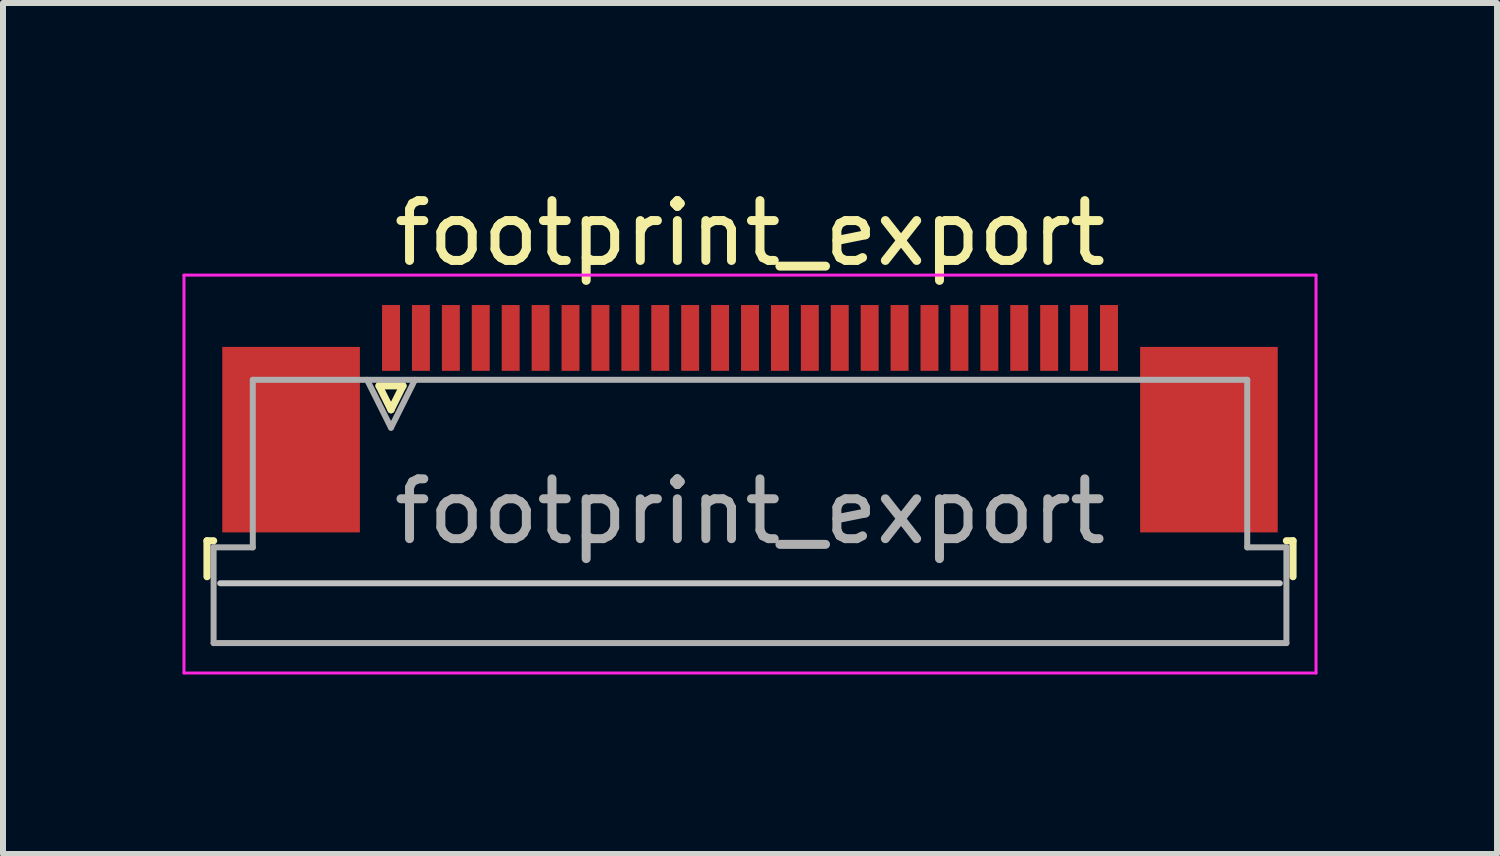
<source format=kicad_pcb>
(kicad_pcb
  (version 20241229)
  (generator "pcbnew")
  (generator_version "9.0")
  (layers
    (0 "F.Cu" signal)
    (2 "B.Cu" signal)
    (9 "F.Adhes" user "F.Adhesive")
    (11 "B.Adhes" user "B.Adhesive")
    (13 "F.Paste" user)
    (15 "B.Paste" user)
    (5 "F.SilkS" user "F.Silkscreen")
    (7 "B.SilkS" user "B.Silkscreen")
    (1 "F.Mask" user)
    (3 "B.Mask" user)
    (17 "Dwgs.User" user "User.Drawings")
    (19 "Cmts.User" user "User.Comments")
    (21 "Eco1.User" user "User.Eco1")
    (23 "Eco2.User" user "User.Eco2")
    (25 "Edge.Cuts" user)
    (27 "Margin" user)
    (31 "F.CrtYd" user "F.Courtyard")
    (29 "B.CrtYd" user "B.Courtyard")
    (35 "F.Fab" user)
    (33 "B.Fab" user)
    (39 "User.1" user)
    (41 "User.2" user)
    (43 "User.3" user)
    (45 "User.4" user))
  (footprint "footprint_export"
    (layer "F.Cu")
    (at 9.485 3.948)
    (property "Reference" "footprint_export" (at 0 -3.1 0) (layer "F.SilkS") (effects (font (size 1 1) (thickness 0.15))))
    (attr smd)
    (fp_line (start -9.075 2.04) (end -9.075 2.64) (stroke (width 0.12) (type solid)) (layer "F.SilkS"))
    (fp_line (start -8.965 2.04) (end -9.075 2.04) (stroke (width 0.12) (type solid)) (layer "F.SilkS"))
    (fp_line (start -6.2 -0.55) (end -6 -0.15) (stroke (width 0.12) (type solid)) (layer "F.SilkS"))
    (fp_line (start -6 -0.15) (end -5.8 -0.55) (stroke (width 0.12) (type solid)) (layer "F.SilkS"))
    (fp_line (start -5.8 -0.55) (end -6.2 -0.55) (stroke (width 0.12) (type solid)) (layer "F.SilkS"))
    (fp_line (start 8.965 2.04) (end 9.075 2.04) (stroke (width 0.12) (type solid)) (layer "F.SilkS"))
    (fp_line (start 9.075 2.04) (end 9.075 2.64) (stroke (width 0.12) (type solid)) (layer "F.SilkS"))
    (fp_line (start 8.855 2.75) (end -8.855 2.75) (stroke (width 0.1) (type solid)) (layer "Dwgs.User"))
    (fp_line (start -9.46 -2.4) (end -9.46 4.25) (stroke (width 0.05) (type solid)) (layer "F.CrtYd"))
    (fp_line (start -9.46 4.25) (end 9.46 4.25) (stroke (width 0.05) (type solid)) (layer "F.CrtYd"))
    (fp_line (start 9.46 -2.4) (end -9.46 -2.4) (stroke (width 0.05) (type solid)) (layer "F.CrtYd"))
    (fp_line (start 9.46 4.25) (end 9.46 -2.4) (stroke (width 0.05) (type solid)) (layer "F.CrtYd"))
    (fp_line (start -8.965 2.15) (end -8.31 2.15) (stroke (width 0.1) (type solid)) (layer "F.Fab"))
    (fp_line (start -8.965 3.75) (end -8.965 2.15) (stroke (width 0.1) (type solid)) (layer "F.Fab"))
    (fp_line (start -8.31 -0.65) (end 8.31 -0.65) (stroke (width 0.1) (type solid)) (layer "F.Fab"))
    (fp_line (start -8.31 2.15) (end -8.31 -0.65) (stroke (width 0.1) (type solid)) (layer "F.Fab"))
    (fp_line (start -6.4 -0.65) (end -6 0.15) (stroke (width 0.1) (type solid)) (layer "F.Fab"))
    (fp_line (start -6 0.15) (end -5.6 -0.65) (stroke (width 0.1) (type solid)) (layer "F.Fab"))
    (fp_line (start 8.31 -0.65) (end 8.31 2.15) (stroke (width 0.1) (type solid)) (layer "F.Fab"))
    (fp_line (start 8.31 2.15) (end 8.965 2.15) (stroke (width 0.1) (type solid)) (layer "F.Fab"))
    (fp_line (start 8.965 2.15) (end 8.965 3.75) (stroke (width 0.1) (type solid)) (layer "F.Fab"))
    (fp_line (start 8.965 3.75) (end -8.965 3.75) (stroke (width 0.1) (type solid)) (layer "F.Fab"))
    (fp_text user "${REFERENCE}" (at 0 1.55 0) (layer "F.Fab") (effects (font (size 1 1) (thickness 0.15))))
    (pad "1" smd rect (at -6 -1.35) (size 0.3 1.1) (layers "F.Cu" "F.Mask" "F.Paste"))
    (pad "2" smd rect (at -5.5 -1.35) (size 0.3 1.1) (layers "F.Cu" "F.Mask" "F.Paste"))
    (pad "3" smd rect (at -5 -1.35) (size 0.3 1.1) (layers "F.Cu" "F.Mask" "F.Paste"))
    (pad "4" smd rect (at -4.5 -1.35) (size 0.3 1.1) (layers "F.Cu" "F.Mask" "F.Paste"))
    (pad "5" smd rect (at -4 -1.35) (size 0.3 1.1) (layers "F.Cu" "F.Mask" "F.Paste"))
    (pad "6" smd rect (at -3.5 -1.35) (size 0.3 1.1) (layers "F.Cu" "F.Mask" "F.Paste"))
    (pad "7" smd rect (at -3 -1.35) (size 0.3 1.1) (layers "F.Cu" "F.Mask" "F.Paste"))
    (pad "8" smd rect (at -2.5 -1.35) (size 0.3 1.1) (layers "F.Cu" "F.Mask" "F.Paste"))
    (pad "9" smd rect (at -2 -1.35) (size 0.3 1.1) (layers "F.Cu" "F.Mask" "F.Paste"))
    (pad "10" smd rect (at -1.5 -1.35) (size 0.3 1.1) (layers "F.Cu" "F.Mask" "F.Paste"))
    (pad "11" smd rect (at -1 -1.35) (size 0.3 1.1) (layers "F.Cu" "F.Mask" "F.Paste"))
    (pad "12" smd rect (at -0.5 -1.35) (size 0.3 1.1) (layers "F.Cu" "F.Mask" "F.Paste"))
    (pad "13" smd rect (at 0 -1.35) (size 0.3 1.1) (layers "F.Cu" "F.Mask" "F.Paste"))
    (pad "14" smd rect (at 0.5 -1.35) (size 0.3 1.1) (layers "F.Cu" "F.Mask" "F.Paste"))
    (pad "15" smd rect (at 1 -1.35) (size 0.3 1.1) (layers "F.Cu" "F.Mask" "F.Paste"))
    (pad "16" smd rect (at 1.5 -1.35) (size 0.3 1.1) (layers "F.Cu" "F.Mask" "F.Paste"))
    (pad "17" smd rect (at 2 -1.35) (size 0.3 1.1) (layers "F.Cu" "F.Mask" "F.Paste"))
    (pad "18" smd rect (at 2.5 -1.35) (size 0.3 1.1) (layers "F.Cu" "F.Mask" "F.Paste"))
    (pad "19" smd rect (at 3 -1.35) (size 0.3 1.1) (layers "F.Cu" "F.Mask" "F.Paste"))
    (pad "20" smd rect (at 3.5 -1.35) (size 0.3 1.1) (layers "F.Cu" "F.Mask" "F.Paste"))
    (pad "21" smd rect (at 4 -1.35) (size 0.3 1.1) (layers "F.Cu" "F.Mask" "F.Paste"))
    (pad "22" smd rect (at 4.5 -1.35) (size 0.3 1.1) (layers "F.Cu" "F.Mask" "F.Paste"))
    (pad "23" smd rect (at 5 -1.35) (size 0.3 1.1) (layers "F.Cu" "F.Mask" "F.Paste"))
    (pad "24" smd rect (at 5.5 -1.35) (size 0.3 1.1) (layers "F.Cu" "F.Mask" "F.Paste"))
    (pad "25" smd rect (at 6 -1.35) (size 0.3 1.1) (layers "F.Cu" "F.Mask" "F.Paste"))
    (pad "MP" smd rect (at -7.67 0.35) (size 2.3 3.1) (layers "F.Cu" "F.Mask" "F.Paste"))
    (pad "MP" smd rect (at 7.67 0.35) (size 2.3 3.1) (layers "F.Cu" "F.Mask" "F.Paste")))
  (gr_rect
    (start -3 -3)
    (end 21.97 11.223)
    (stroke (width 0.1) (type default))
    (fill no)
    (layer "Edge.Cuts")))
</source>
